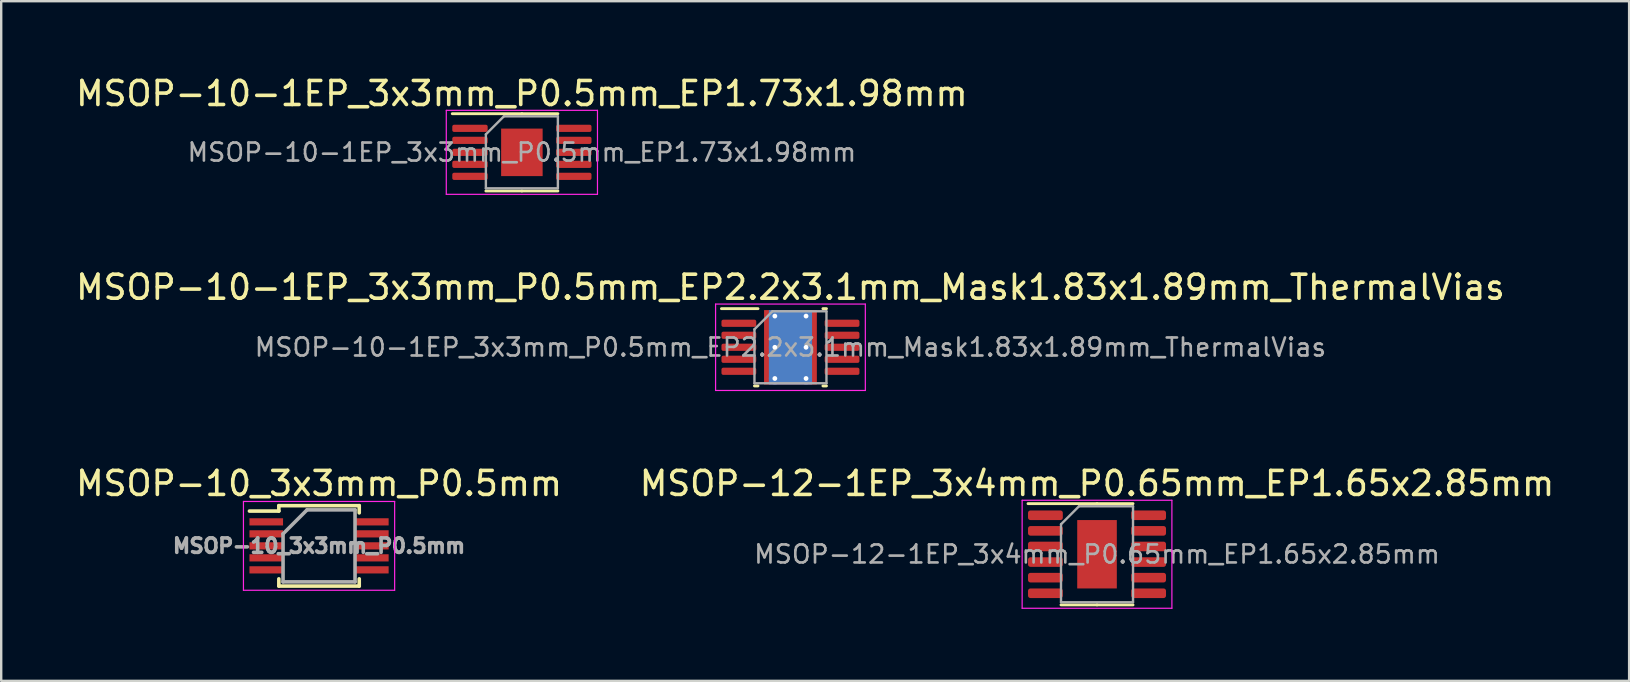
<source format=kicad_pcb>
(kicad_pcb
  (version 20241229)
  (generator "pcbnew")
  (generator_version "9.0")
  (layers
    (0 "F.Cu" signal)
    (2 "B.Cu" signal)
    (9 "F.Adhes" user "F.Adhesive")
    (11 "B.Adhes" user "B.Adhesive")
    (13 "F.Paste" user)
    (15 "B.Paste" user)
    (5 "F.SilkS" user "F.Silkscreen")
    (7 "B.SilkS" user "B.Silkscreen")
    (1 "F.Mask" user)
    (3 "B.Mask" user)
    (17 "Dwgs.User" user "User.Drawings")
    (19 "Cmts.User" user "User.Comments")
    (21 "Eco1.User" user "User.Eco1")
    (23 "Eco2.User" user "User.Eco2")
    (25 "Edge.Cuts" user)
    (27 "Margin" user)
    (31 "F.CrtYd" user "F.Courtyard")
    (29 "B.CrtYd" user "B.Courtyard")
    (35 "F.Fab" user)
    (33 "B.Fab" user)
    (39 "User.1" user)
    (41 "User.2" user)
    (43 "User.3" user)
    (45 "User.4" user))
  (footprint "MSOP-10-1EP_3x3mm_P0.5mm_EP1.73x1.98mm"
    (layer "F.Cu")
    (at 18.696 3.298)
    (property "Reference" "MSOP-10-1EP_3x3mm_P0.5mm_EP1.73x1.98mm" (at 0 -2.45 0) (layer "F.SilkS") (effects (font (size 1 1) (thickness 0.15))))
    (attr smd)
    (fp_line (start 0 -1.61) (end -2.9 -1.61) (stroke (width 0.12) (type solid)) (layer "F.SilkS"))
    (fp_line (start 0 -1.61) (end 1.5 -1.61) (stroke (width 0.12) (type solid)) (layer "F.SilkS"))
    (fp_line (start 0 1.61) (end -1.5 1.61) (stroke (width 0.12) (type solid)) (layer "F.SilkS"))
    (fp_line (start 0 1.61) (end 1.5 1.61) (stroke (width 0.12) (type solid)) (layer "F.SilkS"))
    (fp_line (start -3.15 -1.75) (end -3.15 1.75) (stroke (width 0.05) (type solid)) (layer "F.CrtYd"))
    (fp_line (start -3.15 1.75) (end 3.15 1.75) (stroke (width 0.05) (type solid)) (layer "F.CrtYd"))
    (fp_line (start 3.15 -1.75) (end -3.15 -1.75) (stroke (width 0.05) (type solid)) (layer "F.CrtYd"))
    (fp_line (start 3.15 1.75) (end 3.15 -1.75) (stroke (width 0.05) (type solid)) (layer "F.CrtYd"))
    (fp_line (start -1.5 -0.75) (end -0.75 -1.5) (stroke (width 0.1) (type solid)) (layer "F.Fab"))
    (fp_line (start -1.5 1.5) (end -1.5 -0.75) (stroke (width 0.1) (type solid)) (layer "F.Fab"))
    (fp_line (start -0.75 -1.5) (end 1.5 -1.5) (stroke (width 0.1) (type solid)) (layer "F.Fab"))
    (fp_line (start 1.5 -1.5) (end 1.5 1.5) (stroke (width 0.1) (type solid)) (layer "F.Fab"))
    (fp_line (start 1.5 1.5) (end -1.5 1.5) (stroke (width 0.1) (type solid)) (layer "F.Fab"))
    (fp_text user "${REFERENCE}" (at 0 0 0) (layer "F.Fab") (effects (font (size 0.75 0.75) (thickness 0.11))))
    (pad "" smd roundrect (at -0.43 -0.495) (size 0.7 0.8) (layers "F.Paste") (roundrect_rratio 0.25))
    (pad "" smd roundrect (at -0.43 0.495) (size 0.7 0.8) (layers "F.Paste") (roundrect_rratio 0.25))
    (pad "" smd roundrect (at 0.43 -0.495) (size 0.7 0.8) (layers "F.Paste") (roundrect_rratio 0.25))
    (pad "" smd roundrect (at 0.43 0.495) (size 0.7 0.8) (layers "F.Paste") (roundrect_rratio 0.25))
    (pad "1" smd roundrect (at -2.163 -1) (size 1.475 0.3) (layers "F.Cu" "F.Mask" "F.Paste") (roundrect_rratio 0.25))
    (pad "2" smd roundrect (at -2.163 -0.5) (size 1.475 0.3) (layers "F.Cu" "F.Mask" "F.Paste") (roundrect_rratio 0.25))
    (pad "3" smd roundrect (at -2.163 0) (size 1.475 0.3) (layers "F.Cu" "F.Mask" "F.Paste") (roundrect_rratio 0.25))
    (pad "4" smd roundrect (at -2.163 0.5) (size 1.475 0.3) (layers "F.Cu" "F.Mask" "F.Paste") (roundrect_rratio 0.25))
    (pad "5" smd roundrect (at -2.163 1) (size 1.475 0.3) (layers "F.Cu" "F.Mask" "F.Paste") (roundrect_rratio 0.25))
    (pad "6" smd roundrect (at 2.163 1) (size 1.475 0.3) (layers "F.Cu" "F.Mask" "F.Paste") (roundrect_rratio 0.25))
    (pad "7" smd roundrect (at 2.163 0.5) (size 1.475 0.3) (layers "F.Cu" "F.Mask" "F.Paste") (roundrect_rratio 0.25))
    (pad "8" smd roundrect (at 2.163 0) (size 1.475 0.3) (layers "F.Cu" "F.Mask" "F.Paste") (roundrect_rratio 0.25))
    (pad "9" smd roundrect (at 2.163 -0.5) (size 1.475 0.3) (layers "F.Cu" "F.Mask" "F.Paste") (roundrect_rratio 0.25))
    (pad "10" smd roundrect (at 2.163 -1) (size 1.475 0.3) (layers "F.Cu" "F.Mask" "F.Paste") (roundrect_rratio 0.25))
    (pad "11" smd rect (at 0 0) (size 1.73 1.98) (layers "F.Cu" "F.Mask")))
  (footprint "MSOP-10-1EP_3x3mm_P0.5mm_EP2.2x3.1mm_Mask1.83x1.89mm_ThermalVias"
    (layer "F.Cu")
    (at 29.887 11.421)
    (property "Reference" "MSOP-10-1EP_3x3mm_P0.5mm_EP2.2x3.1mm_Mask1.83x1.89mm_ThermalVias" (at 0 -2.5 0) (layer "F.SilkS") (effects (font (size 1 1) (thickness 0.15))))
    (attr smd)
    (fp_line (start -1.353 -1.61) (end -2.875 -1.61) (stroke (width 0.12) (type solid)) (layer "F.SilkS"))
    (fp_line (start -1.353 1.61) (end -1.5 1.61) (stroke (width 0.12) (type solid)) (layer "F.SilkS"))
    (fp_line (start 1.353 -1.61) (end 1.5 -1.61) (stroke (width 0.12) (type solid)) (layer "F.SilkS"))
    (fp_line (start 1.353 1.61) (end 1.5 1.61) (stroke (width 0.12) (type solid)) (layer "F.SilkS"))
    (fp_line (start -3.12 -1.8) (end -3.12 1.8) (stroke (width 0.05) (type solid)) (layer "F.CrtYd"))
    (fp_line (start -3.12 1.8) (end 3.12 1.8) (stroke (width 0.05) (type solid)) (layer "F.CrtYd"))
    (fp_line (start 3.12 -1.8) (end -3.12 -1.8) (stroke (width 0.05) (type solid)) (layer "F.CrtYd"))
    (fp_line (start 3.12 1.8) (end 3.12 -1.8) (stroke (width 0.05) (type solid)) (layer "F.CrtYd"))
    (fp_line (start -1.5 -0.75) (end -0.75 -1.5) (stroke (width 0.1) (type solid)) (layer "F.Fab"))
    (fp_line (start -1.5 1.5) (end -1.5 -0.75) (stroke (width 0.1) (type solid)) (layer "F.Fab"))
    (fp_line (start -0.75 -1.5) (end 1.5 -1.5) (stroke (width 0.1) (type solid)) (layer "F.Fab"))
    (fp_line (start 1.5 -1.5) (end 1.5 1.5) (stroke (width 0.1) (type solid)) (layer "F.Fab"))
    (fp_line (start 1.5 1.5) (end -1.5 1.5) (stroke (width 0.1) (type solid)) (layer "F.Fab"))
    (fp_text user "${REFERENCE}" (at 0 0 0) (layer "F.Fab") (effects (font (size 0.75 0.75) (thickness 0.11))))
    (pad "" smd roundrect (at -0.46 -0.47) (size 0.74 0.76) (layers "F.Paste") (roundrect_rratio 0.25))
    (pad "" smd roundrect (at -0.46 0.47) (size 0.74 0.76) (layers "F.Paste") (roundrect_rratio 0.25))
    (pad "" smd rect (at 0 0) (size 1.83 1.89) (layers "F.Mask"))
    (pad "" smd roundrect (at 0.46 -0.47) (size 0.74 0.76) (layers "F.Paste") (roundrect_rratio 0.25))
    (pad "" smd roundrect (at 0.46 0.47) (size 0.74 0.76) (layers "F.Paste") (roundrect_rratio 0.25))
    (pad "1" smd roundrect (at -2.15 -1) (size 1.45 0.3) (layers "F.Cu" "F.Mask" "F.Paste") (roundrect_rratio 0.25))
    (pad "2" smd roundrect (at -2.15 -0.5) (size 1.45 0.3) (layers "F.Cu" "F.Mask" "F.Paste") (roundrect_rratio 0.25))
    (pad "3" smd roundrect (at -2.15 0) (size 1.45 0.3) (layers "F.Cu" "F.Mask" "F.Paste") (roundrect_rratio 0.25))
    (pad "4" smd roundrect (at -2.15 0.5) (size 1.45 0.3) (layers "F.Cu" "F.Mask" "F.Paste") (roundrect_rratio 0.25))
    (pad "5" smd roundrect (at -2.15 1) (size 1.45 0.3) (layers "F.Cu" "F.Mask" "F.Paste") (roundrect_rratio 0.25))
    (pad "6" smd roundrect (at 2.15 1) (size 1.45 0.3) (layers "F.Cu" "F.Mask" "F.Paste") (roundrect_rratio 0.25))
    (pad "7" smd roundrect (at 2.15 0.5) (size 1.45 0.3) (layers "F.Cu" "F.Mask" "F.Paste") (roundrect_rratio 0.25))
    (pad "8" smd roundrect (at 2.15 0) (size 1.45 0.3) (layers "F.Cu" "F.Mask" "F.Paste") (roundrect_rratio 0.25))
    (pad "9" smd roundrect (at 2.15 -0.5) (size 1.45 0.3) (layers "F.Cu" "F.Mask" "F.Paste") (roundrect_rratio 0.25))
    (pad "10" smd roundrect (at 2.15 -1) (size 1.45 0.3) (layers "F.Cu" "F.Mask" "F.Paste") (roundrect_rratio 0.25))
    (pad "11" thru_hole circle (at -0.65 -1.3) (size 0.5 0.5) (drill 0.2) (layers "*.Cu"))
    (pad "11" thru_hole circle (at -0.65 0) (size 0.5 0.5) (drill 0.2) (layers "*.Cu"))
    (pad "11" thru_hole circle (at -0.65 1.3) (size 0.5 0.5) (drill 0.2) (layers "*.Cu"))
    (pad "11" smd rect (at 0 0) (size 1.8 3.1) (layers "B.Cu"))
    (pad "11" smd rect (at 0 0) (size 2.2 3.1) (layers "F.Cu"))
    (pad "11" thru_hole circle (at 0.65 -1.3) (size 0.5 0.5) (drill 0.2) (layers "*.Cu"))
    (pad "11" thru_hole circle (at 0.65 0) (size 0.5 0.5) (drill 0.2) (layers "*.Cu"))
    (pad "11" thru_hole circle (at 0.65 1.3) (size 0.5 0.5) (drill 0.2) (layers "*.Cu")))
  (footprint "MSOP-12-1EP_3x4mm_P0.65mm_EP1.65x2.85mm"
    (layer "F.Cu")
    (at 42.661 20.045)
    (property "Reference" "MSOP-12-1EP_3x4mm_P0.65mm_EP1.65x2.85mm" (at 0 -2.95 0) (layer "F.SilkS") (effects (font (size 1 1) (thickness 0.15))))
    (attr smd)
    (fp_line (start 0 -2.11) (end -2.875 -2.11) (stroke (width 0.12) (type solid)) (layer "F.SilkS"))
    (fp_line (start 0 -2.11) (end 1.5 -2.11) (stroke (width 0.12) (type solid)) (layer "F.SilkS"))
    (fp_line (start 0 2.11) (end -1.5 2.11) (stroke (width 0.12) (type solid)) (layer "F.SilkS"))
    (fp_line (start 0 2.11) (end 1.5 2.11) (stroke (width 0.12) (type solid)) (layer "F.SilkS"))
    (fp_line (start -3.12 -2.25) (end -3.12 2.25) (stroke (width 0.05) (type solid)) (layer "F.CrtYd"))
    (fp_line (start -3.12 2.25) (end 3.12 2.25) (stroke (width 0.05) (type solid)) (layer "F.CrtYd"))
    (fp_line (start 3.12 -2.25) (end -3.12 -2.25) (stroke (width 0.05) (type solid)) (layer "F.CrtYd"))
    (fp_line (start 3.12 2.25) (end 3.12 -2.25) (stroke (width 0.05) (type solid)) (layer "F.CrtYd"))
    (fp_line (start -1.5 -1.25) (end -0.75 -2) (stroke (width 0.1) (type solid)) (layer "F.Fab"))
    (fp_line (start -1.5 2) (end -1.5 -1.25) (stroke (width 0.1) (type solid)) (layer "F.Fab"))
    (fp_line (start -0.75 -2) (end 1.5 -2) (stroke (width 0.1) (type solid)) (layer "F.Fab"))
    (fp_line (start 1.5 -2) (end 1.5 2) (stroke (width 0.1) (type solid)) (layer "F.Fab"))
    (fp_line (start 1.5 2) (end -1.5 2) (stroke (width 0.1) (type solid)) (layer "F.Fab"))
    (fp_text user "${REFERENCE}" (at 0 0 0) (layer "F.Fab") (effects (font (size 0.75 0.75) (thickness 0.11))))
    (pad "" smd roundrect (at -0.41 -0.71) (size 0.67 1.15) (layers "F.Paste") (roundrect_rratio 0.25))
    (pad "" smd roundrect (at -0.41 0.71) (size 0.67 1.15) (layers "F.Paste") (roundrect_rratio 0.25))
    (pad "" smd roundrect (at 0.41 -0.71) (size 0.67 1.15) (layers "F.Paste") (roundrect_rratio 0.25))
    (pad "" smd roundrect (at 0.41 0.71) (size 0.67 1.15) (layers "F.Paste") (roundrect_rratio 0.25))
    (pad "1" smd roundrect (at -2.15 -1.625) (size 1.45 0.4) (layers "F.Cu" "F.Mask" "F.Paste") (roundrect_rratio 0.25))
    (pad "2" smd roundrect (at -2.15 -0.975) (size 1.45 0.4) (layers "F.Cu" "F.Mask" "F.Paste") (roundrect_rratio 0.25))
    (pad "3" smd roundrect (at -2.15 -0.325) (size 1.45 0.4) (layers "F.Cu" "F.Mask" "F.Paste") (roundrect_rratio 0.25))
    (pad "4" smd roundrect (at -2.15 0.325) (size 1.45 0.4) (layers "F.Cu" "F.Mask" "F.Paste") (roundrect_rratio 0.25))
    (pad "5" smd roundrect (at -2.15 0.975) (size 1.45 0.4) (layers "F.Cu" "F.Mask" "F.Paste") (roundrect_rratio 0.25))
    (pad "6" smd roundrect (at -2.15 1.625) (size 1.45 0.4) (layers "F.Cu" "F.Mask" "F.Paste") (roundrect_rratio 0.25))
    (pad "7" smd roundrect (at 2.15 1.625) (size 1.45 0.4) (layers "F.Cu" "F.Mask" "F.Paste") (roundrect_rratio 0.25))
    (pad "8" smd roundrect (at 2.15 0.975) (size 1.45 0.4) (layers "F.Cu" "F.Mask" "F.Paste") (roundrect_rratio 0.25))
    (pad "9" smd roundrect (at 2.15 0.325) (size 1.45 0.4) (layers "F.Cu" "F.Mask" "F.Paste") (roundrect_rratio 0.25))
    (pad "10" smd roundrect (at 2.15 -0.325) (size 1.45 0.4) (layers "F.Cu" "F.Mask" "F.Paste") (roundrect_rratio 0.25))
    (pad "11" smd roundrect (at 2.15 -0.975) (size 1.45 0.4) (layers "F.Cu" "F.Mask" "F.Paste") (roundrect_rratio 0.25))
    (pad "12" smd roundrect (at 2.15 -1.625) (size 1.45 0.4) (layers "F.Cu" "F.Mask" "F.Paste") (roundrect_rratio 0.25))
    (pad "13" smd rect (at 0 0) (size 1.65 2.85) (layers "F.Cu" "F.Mask")))
  (footprint "MSOP-10_3x3mm_P0.5mm"
    (layer "F.Cu")
    (at 10.244 19.695)
    (property "Reference" "MSOP-10_3x3mm_P0.5mm" (at 0 -2.6 0) (layer "F.SilkS") (effects (font (size 1 1) (thickness 0.15))))
    (attr smd)
    (fp_line (start -1.675 -1.675) (end -1.675 -1.45) (stroke (width 0.15) (type solid)) (layer "F.SilkS"))
    (fp_line (start -1.675 -1.675) (end 1.675 -1.675) (stroke (width 0.15) (type solid)) (layer "F.SilkS"))
    (fp_line (start -1.675 -1.45) (end -2.9 -1.45) (stroke (width 0.15) (type solid)) (layer "F.SilkS"))
    (fp_line (start -1.675 1.675) (end -1.675 1.375) (stroke (width 0.15) (type solid)) (layer "F.SilkS"))
    (fp_line (start -1.675 1.675) (end 1.675 1.675) (stroke (width 0.15) (type solid)) (layer "F.SilkS"))
    (fp_line (start 1.675 -1.675) (end 1.675 -1.375) (stroke (width 0.15) (type solid)) (layer "F.SilkS"))
    (fp_line (start 1.675 1.675) (end 1.675 1.375) (stroke (width 0.15) (type solid)) (layer "F.SilkS"))
    (fp_line (start -3.15 -1.85) (end -3.15 1.85) (stroke (width 0.05) (type solid)) (layer "F.CrtYd"))
    (fp_line (start -3.15 -1.85) (end 3.15 -1.85) (stroke (width 0.05) (type solid)) (layer "F.CrtYd"))
    (fp_line (start -3.15 1.85) (end 3.15 1.85) (stroke (width 0.05) (type solid)) (layer "F.CrtYd"))
    (fp_line (start 3.15 -1.85) (end 3.15 1.85) (stroke (width 0.05) (type solid)) (layer "F.CrtYd"))
    (fp_line (start -1.5 -0.5) (end -0.5 -1.5) (stroke (width 0.15) (type solid)) (layer "F.Fab"))
    (fp_line (start -1.5 1.5) (end -1.5 -0.5) (stroke (width 0.15) (type solid)) (layer "F.Fab"))
    (fp_line (start -0.5 -1.5) (end 1.5 -1.5) (stroke (width 0.15) (type solid)) (layer "F.Fab"))
    (fp_line (start 1.5 -1.5) (end 1.5 1.5) (stroke (width 0.15) (type solid)) (layer "F.Fab"))
    (fp_line (start 1.5 1.5) (end -1.5 1.5) (stroke (width 0.15) (type solid)) (layer "F.Fab"))
    (fp_text user "${REFERENCE}" (at 0 0 0) (layer "F.Fab") (effects (font (size 0.6 0.6) (thickness 0.15))))
    (pad "1" smd rect (at -2.2 -1) (size 1.4 0.3) (layers "F.Cu" "F.Mask" "F.Paste"))
    (pad "2" smd rect (at -2.2 -0.5) (size 1.4 0.3) (layers "F.Cu" "F.Mask" "F.Paste"))
    (pad "3" smd rect (at -2.2 0) (size 1.4 0.3) (layers "F.Cu" "F.Mask" "F.Paste"))
    (pad "4" smd rect (at -2.2 0.5) (size 1.4 0.3) (layers "F.Cu" "F.Mask" "F.Paste"))
    (pad "5" smd rect (at -2.2 1) (size 1.4 0.3) (layers "F.Cu" "F.Mask" "F.Paste"))
    (pad "6" smd rect (at 2.2 1) (size 1.4 0.3) (layers "F.Cu" "F.Mask" "F.Paste"))
    (pad "7" smd rect (at 2.2 0.5) (size 1.4 0.3) (layers "F.Cu" "F.Mask" "F.Paste"))
    (pad "8" smd rect (at 2.2 0) (size 1.4 0.3) (layers "F.Cu" "F.Mask" "F.Paste"))
    (pad "9" smd rect (at 2.2 -0.5) (size 1.4 0.3) (layers "F.Cu" "F.Mask" "F.Paste"))
    (pad "10" smd rect (at 2.2 -1) (size 1.4 0.3) (layers "F.Cu" "F.Mask" "F.Paste")))
  (gr_rect
    (start -3 -3)
    (end 64.833 25.32)
    (stroke (width 0.1) (type default))
    (fill no)
    (layer "Edge.Cuts")))
</source>
